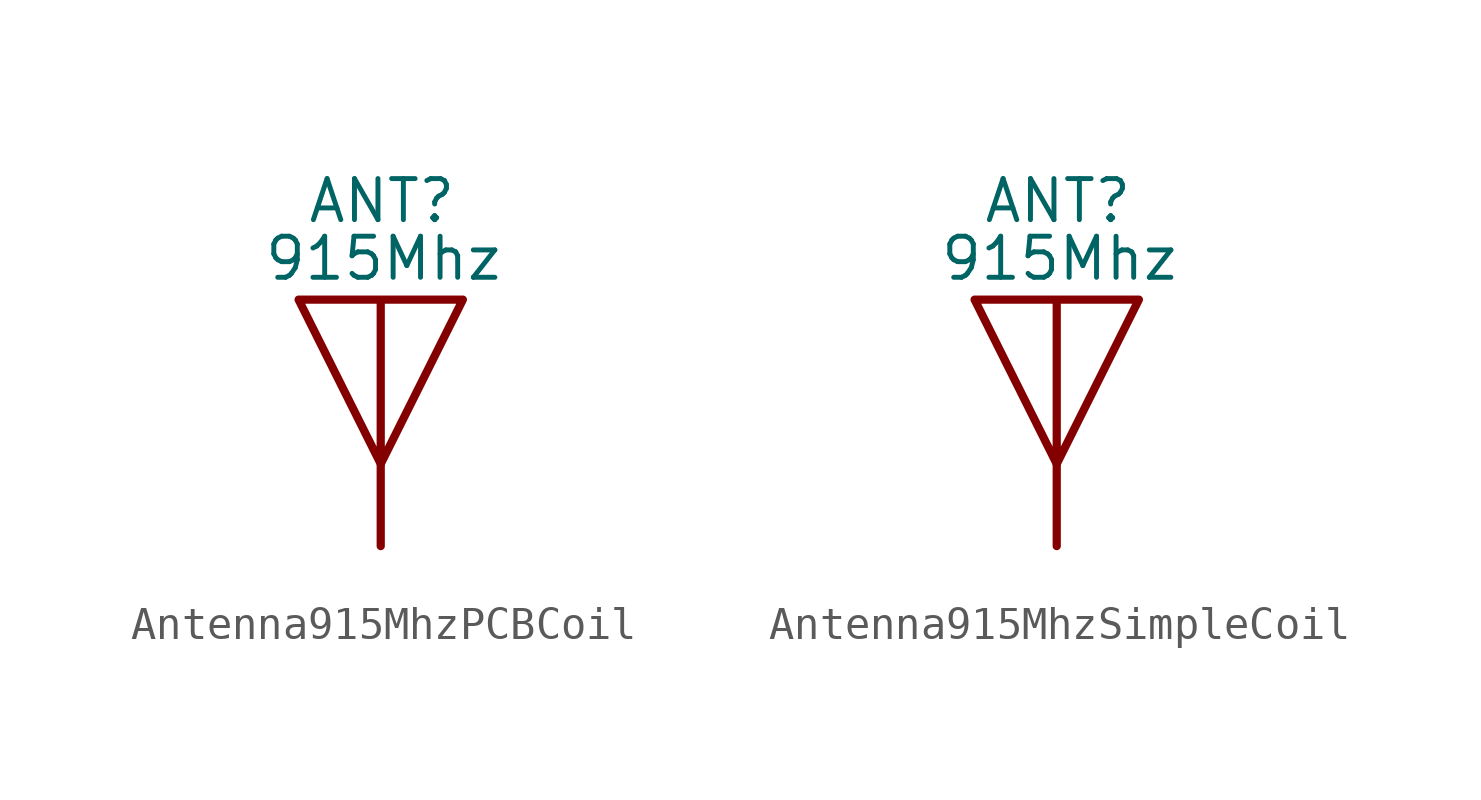
<source format=kicad_sym>
(kicad_symbol_lib
  (version 20231120)
  (generator "kicad_symbol_editor")
  (generator_version "8.0")
  (symbol "Antenna915MhzPCBCoil"
    (pin_numbers hide)
    (pin_names
      (offset 1.016) hide)
    (property "Reference" "ANT"
      (at 0.035 5.592 0)
      (effects (font (size 1.27 1.27))))
    (property "Value" "915Mhz"
      (at 3.81 3.81 0)
      (effects (font (size 1.27 1.27)) (justify right)))
    (symbol "Antenna915MhzPCBCoil_1_1"
      (polyline (pts (xy 0 -2.54) (xy 0 -5.08)) (stroke (width 0.254) (type default)) (fill (type none)))
      (polyline (pts (xy 0 -2.54) (xy 2.54 2.54) (xy -2.54 2.54) (xy 0 -2.54) (xy 0 2.54)) (stroke (width 0.254) (type default)) (fill (type none)))
      (pin input line (at 0 -5.08 90) (length 2.54) (name "A" (effects (font (size 1.27 1.27)))) (number "1" (effects (font (size 1.27 1.27)))))))
  (symbol "Antenna915MhzSimpleCoil"
    (pin_numbers hide)
    (pin_names
      (offset 1.016) hide)
    (property "Reference" "ANT"
      (at 0.035 5.592 0)
      (effects (font (size 1.27 1.27))))
    (property "Value" "915Mhz"
      (at 3.81 3.81 0)
      (effects (font (size 1.27 1.27)) (justify right)))
    (symbol "Antenna915MhzSimpleCoil_1_1"
      (polyline (pts (xy 0 -2.54) (xy 0 -5.08)) (stroke (width 0.254) (type default)) (fill (type none)))
      (polyline (pts (xy 0 -2.54) (xy 2.54 2.54) (xy -2.54 2.54) (xy 0 -2.54) (xy 0 2.54)) (stroke (width 0.254) (type default)) (fill (type none)))
      (pin input line (at 0 -5.08 90) (length 2.54) (name "A" (effects (font (size 1.27 1.27)))) (number "1" (effects (font (size 1.27 1.27))))))))
</source>
